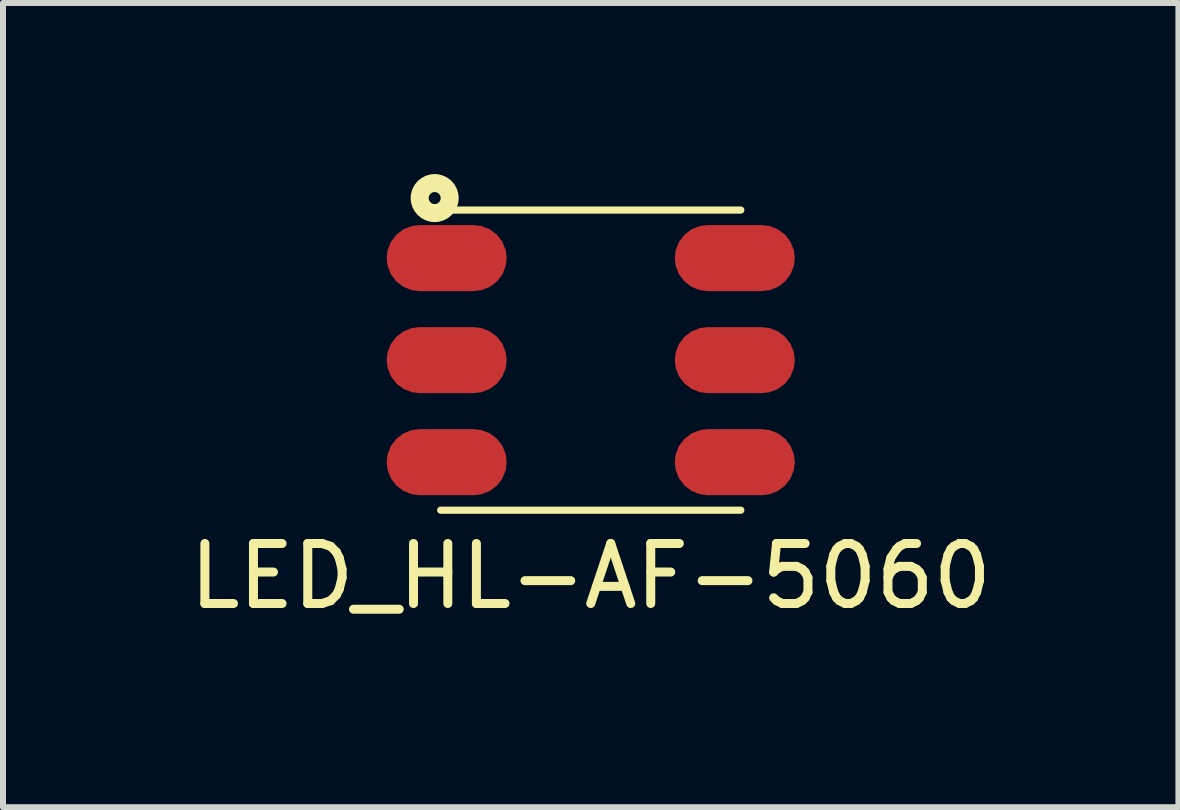
<source format=kicad_pcb>
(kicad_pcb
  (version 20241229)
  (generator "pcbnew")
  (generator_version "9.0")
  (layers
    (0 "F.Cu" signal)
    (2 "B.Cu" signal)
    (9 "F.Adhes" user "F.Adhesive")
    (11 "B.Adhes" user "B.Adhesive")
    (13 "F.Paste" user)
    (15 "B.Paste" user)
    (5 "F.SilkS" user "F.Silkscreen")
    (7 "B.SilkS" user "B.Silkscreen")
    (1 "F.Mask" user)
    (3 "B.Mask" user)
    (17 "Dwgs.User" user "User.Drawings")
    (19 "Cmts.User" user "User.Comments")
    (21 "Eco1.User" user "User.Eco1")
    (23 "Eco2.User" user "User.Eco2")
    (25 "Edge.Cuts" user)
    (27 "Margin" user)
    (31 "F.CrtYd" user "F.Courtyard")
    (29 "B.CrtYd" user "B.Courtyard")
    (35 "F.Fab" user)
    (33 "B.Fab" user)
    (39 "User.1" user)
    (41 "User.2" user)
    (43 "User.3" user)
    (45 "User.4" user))
  (footprint "LED_HL-AF-5060"
    (layer "F.Cu")
    (at 6.792 2.95)
    (property "Reference" "LED_HL-AF-5060" (at 0 3.6 0) (layer "F.SilkS") (effects (font (size 1 1) (thickness 0.15))))
    (attr through_hole)
    (fp_line (start 2.5 -2.5) (end -2.5 -2.5) (stroke (width 0.12) (type solid)) (layer "F.SilkS"))
    (fp_line (start 2.5 2.5) (end -2.5 2.5) (stroke (width 0.12) (type solid)) (layer "F.SilkS"))
    (fp_circle (center -2.6 -2.7) (end -2.5 -2.7) (stroke (width 0.3) (type solid)) (fill no) (layer "F.SilkS"))
    (pad "1" smd roundrect (at -2.4 -1.7) (size 2 1.1) (layers "F.Cu" "F.Mask" "F.Paste") (roundrect_rratio 0.5))
    (pad "2" smd roundrect (at -2.4 0) (size 2 1.1) (layers "F.Cu" "F.Mask" "F.Paste") (roundrect_rratio 0.5))
    (pad "3" smd roundrect (at -2.4 1.7) (size 2 1.1) (layers "F.Cu" "F.Mask" "F.Paste") (roundrect_rratio 0.5))
    (pad "4" smd roundrect (at 2.4 1.7) (size 2 1.1) (layers "F.Cu" "F.Mask" "F.Paste") (roundrect_rratio 0.5))
    (pad "5" smd roundrect (at 2.4 0) (size 2 1.1) (layers "F.Cu" "F.Mask" "F.Paste") (roundrect_rratio 0.5))
    (pad "6" smd roundrect (at 2.4 -1.7) (size 2 1.1) (layers "F.Cu" "F.Mask" "F.Paste") (roundrect_rratio 0.5)))
  (gr_rect
    (start -3 -3)
    (end 16.583 10.398)
    (stroke (width 0.1) (type default))
    (fill no)
    (layer "Edge.Cuts")))
</source>
